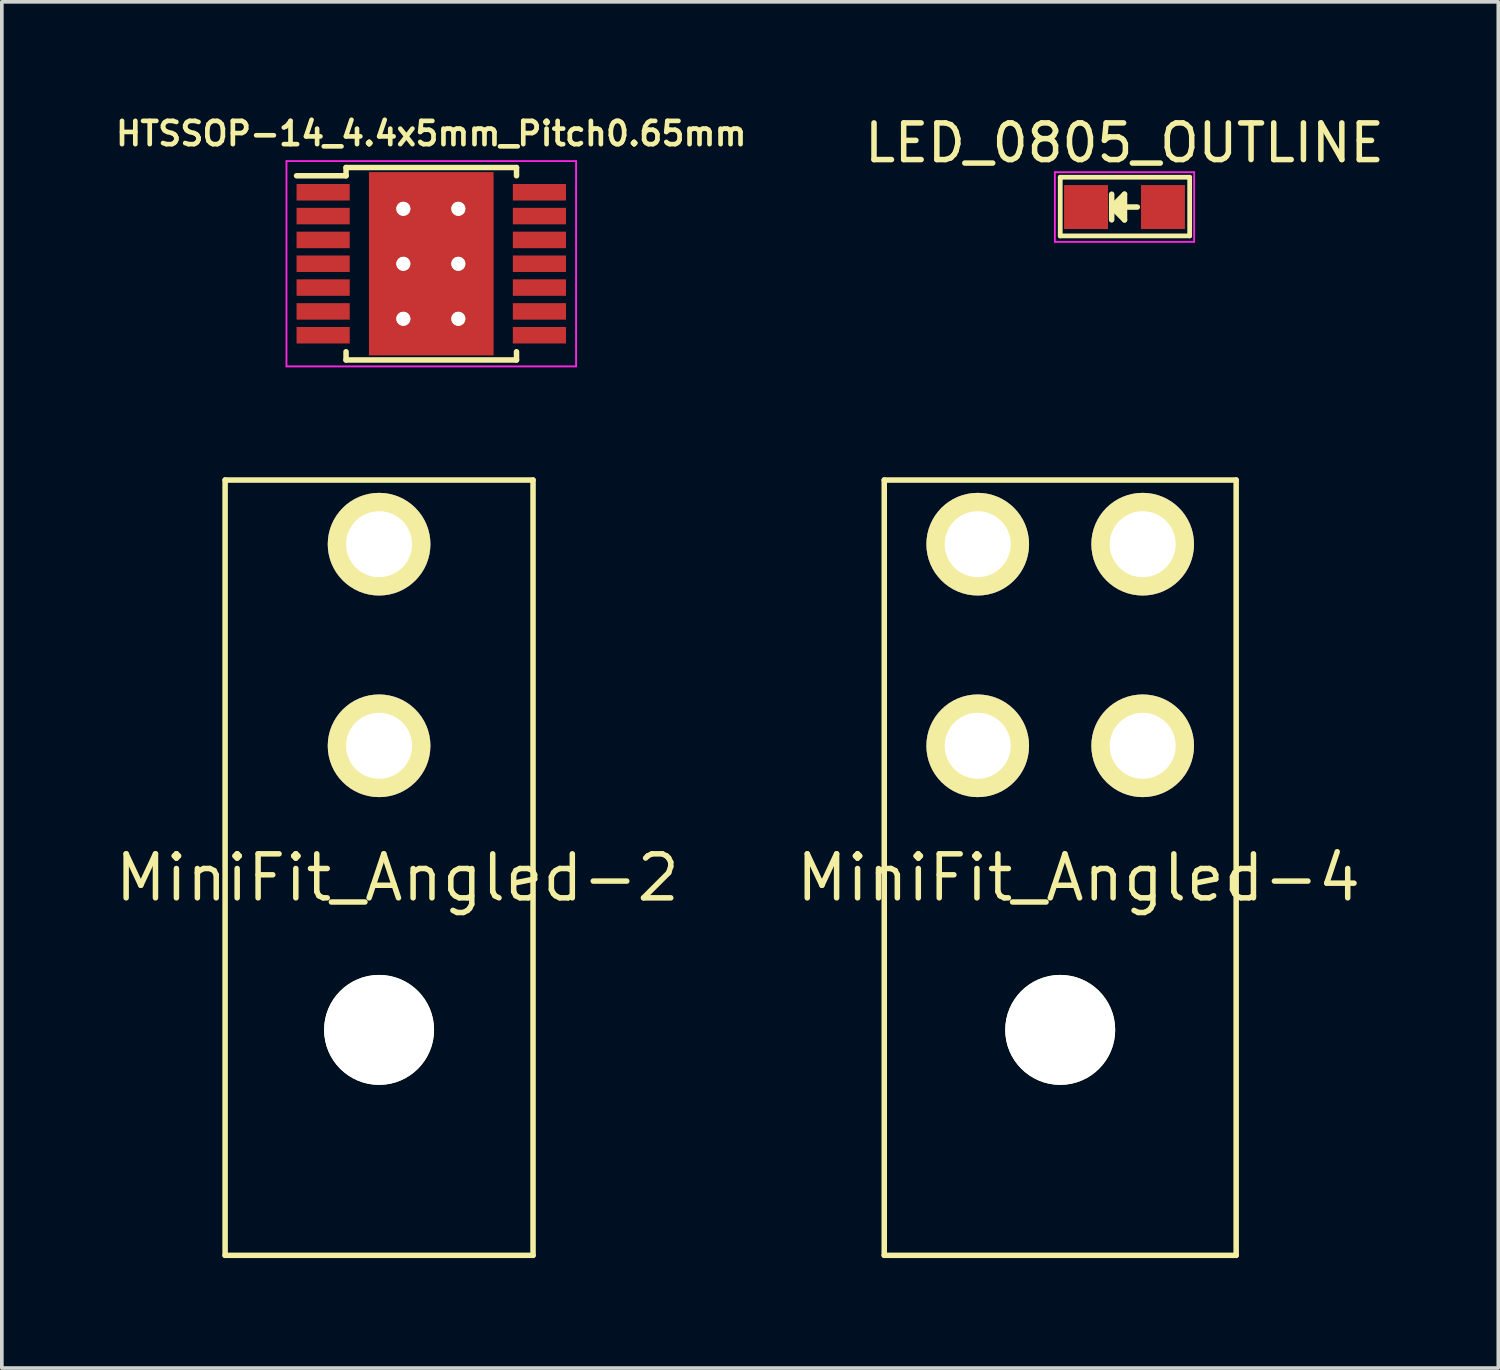
<source format=kicad_pcb>
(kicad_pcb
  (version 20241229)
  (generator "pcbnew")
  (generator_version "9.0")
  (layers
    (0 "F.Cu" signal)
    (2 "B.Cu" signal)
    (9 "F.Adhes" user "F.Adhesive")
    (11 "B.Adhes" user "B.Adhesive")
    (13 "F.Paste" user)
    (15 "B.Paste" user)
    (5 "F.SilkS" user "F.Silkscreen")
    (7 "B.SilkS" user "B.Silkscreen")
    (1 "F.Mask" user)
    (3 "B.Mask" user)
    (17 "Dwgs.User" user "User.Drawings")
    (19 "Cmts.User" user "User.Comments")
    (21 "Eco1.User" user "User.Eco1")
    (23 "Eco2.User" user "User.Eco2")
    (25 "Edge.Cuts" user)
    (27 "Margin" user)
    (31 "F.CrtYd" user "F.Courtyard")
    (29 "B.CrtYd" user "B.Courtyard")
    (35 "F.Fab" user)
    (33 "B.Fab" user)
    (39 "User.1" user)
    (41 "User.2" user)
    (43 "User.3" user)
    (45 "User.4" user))
  (footprint "HTSSOP-14_4.4x5mm_Pitch0.65mm"
    (layer "F.Cu")
    (at 8.715 4.145)
    (property "Reference" "HTSSOP-14_4.4x5mm_Pitch0.65mm" (at 0 -3.55 0) (layer "F.SilkS") (effects (font (size 0.635 0.635) (thickness 0.127))))
    (attr smd)
    (fp_line (start -2.325 -2.625) (end -2.325 -2.4) (stroke (width 0.15) (type solid)) (layer "F.SilkS"))
    (fp_line (start -2.325 -2.625) (end 2.325 -2.625) (stroke (width 0.15) (type solid)) (layer "F.SilkS"))
    (fp_line (start -2.325 -2.4) (end -3.675 -2.4) (stroke (width 0.15) (type solid)) (layer "F.SilkS"))
    (fp_line (start -2.325 2.625) (end -2.325 2.4) (stroke (width 0.15) (type solid)) (layer "F.SilkS"))
    (fp_line (start -2.325 2.625) (end 2.325 2.625) (stroke (width 0.15) (type solid)) (layer "F.SilkS"))
    (fp_line (start 2.325 -2.625) (end 2.325 -2.4) (stroke (width 0.15) (type solid)) (layer "F.SilkS"))
    (fp_line (start 2.325 2.625) (end 2.325 2.4) (stroke (width 0.15) (type solid)) (layer "F.SilkS"))
    (fp_line (start -3.95 -2.8) (end -3.95 2.8) (stroke (width 0.05) (type solid)) (layer "F.CrtYd"))
    (fp_line (start -3.95 -2.8) (end 3.95 -2.8) (stroke (width 0.05) (type solid)) (layer "F.CrtYd"))
    (fp_line (start -3.95 2.8) (end 3.95 2.8) (stroke (width 0.05) (type solid)) (layer "F.CrtYd"))
    (fp_line (start 3.95 -2.8) (end 3.95 2.8) (stroke (width 0.05) (type solid)) (layer "F.CrtYd"))
    (pad "1" smd rect (at -2.95 -1.95) (size 1.45 0.45) (layers "F.Cu" "F.Mask" "F.Paste"))
    (pad "2" smd rect (at -2.95 -1.3) (size 1.45 0.45) (layers "F.Cu" "F.Mask" "F.Paste"))
    (pad "3" smd rect (at -2.95 -0.65) (size 1.45 0.45) (layers "F.Cu" "F.Mask" "F.Paste"))
    (pad "4" smd rect (at -2.95 0) (size 1.45 0.45) (layers "F.Cu" "F.Mask" "F.Paste"))
    (pad "5" smd rect (at -2.95 0.65) (size 1.45 0.45) (layers "F.Cu" "F.Mask" "F.Paste"))
    (pad "6" smd rect (at -2.95 1.3) (size 1.45 0.45) (layers "F.Cu" "F.Mask" "F.Paste"))
    (pad "7" smd rect (at -2.95 1.95) (size 1.45 0.45) (layers "F.Cu" "F.Mask" "F.Paste"))
    (pad "8" smd rect (at 2.95 1.95) (size 1.45 0.45) (layers "F.Cu" "F.Mask" "F.Paste"))
    (pad "9" smd rect (at 2.95 1.3) (size 1.45 0.45) (layers "F.Cu" "F.Mask" "F.Paste"))
    (pad "10" smd rect (at 2.95 0.65) (size 1.45 0.45) (layers "F.Cu" "F.Mask" "F.Paste"))
    (pad "11" smd rect (at 2.95 0) (size 1.45 0.45) (layers "F.Cu" "F.Mask" "F.Paste"))
    (pad "12" smd rect (at 2.95 -0.65) (size 1.45 0.45) (layers "F.Cu" "F.Mask" "F.Paste"))
    (pad "13" smd rect (at 2.95 -1.3) (size 1.45 0.45) (layers "F.Cu" "F.Mask" "F.Paste"))
    (pad "14" smd rect (at 2.95 -1.95) (size 1.45 0.45) (layers "F.Cu" "F.Mask" "F.Paste"))
    (pad "15" thru_hole circle (at -0.762 -1.499) (size 0.381 0.381) (drill 0.381) (layers "*.Cu" "*.Mask" "F.SilkS"))
    (pad "15" thru_hole circle (at -0.762 0.001) (size 0.381 0.381) (drill 0.381) (layers "*.Cu" "*.Mask" "F.SilkS"))
    (pad "15" thru_hole circle (at -0.762 1.501) (size 0.381 0.381) (drill 0.381) (layers "*.Cu" "*.Mask" "F.SilkS"))
    (pad "15" smd rect (at 0 0) (size 3.4 5) (layers "F.Cu" "F.Mask" "F.Paste"))
    (pad "15" thru_hole circle (at 0.738 -1.499) (size 0.381 0.381) (drill 0.381) (layers "*.Cu" "*.Mask" "F.SilkS"))
    (pad "15" thru_hole circle (at 0.738 0.001) (size 0.381 0.381) (drill 0.381) (layers "*.Cu" "*.Mask" "F.SilkS"))
    (pad "15" thru_hole circle (at 0.738 1.501) (size 0.381 0.381) (drill 0.381) (layers "*.Cu" "*.Mask" "F.SilkS")))
  (footprint "LED_0805_OUTLINE"
    (layer "F.Cu")
    (at 27.626 2.598)
    (property "Reference" "LED_0805_OUTLINE" (at 0 -1.75 0) (layer "F.SilkS") (effects (font (size 1 1) (thickness 0.15))))
    (attr smd)
    (fp_line (start -1.753 -0.813) (end 1.778 -0.813) (stroke (width 0.13) (type solid)) (layer "F.SilkS"))
    (fp_line (start -1.753 -0.787) (end -1.753 -0.813) (stroke (width 0.13) (type solid)) (layer "F.SilkS"))
    (fp_line (start -1.753 0.787) (end -1.753 -0.787) (stroke (width 0.13) (type solid)) (layer "F.SilkS"))
    (fp_line (start -0.35 -0.35) (end -0.35 0.35) (stroke (width 0.15) (type solid)) (layer "F.SilkS"))
    (fp_line (start -0.35 0) (end 0 -0.35) (stroke (width 0.15) (type solid)) (layer "F.SilkS"))
    (fp_line (start -0.1 -0.1) (end -0.25 0.05) (stroke (width 0.15) (type solid)) (layer "F.SilkS"))
    (fp_line (start -0.1 0.15) (end -0.1 -0.1) (stroke (width 0.15) (type solid)) (layer "F.SilkS"))
    (fp_line (start 0 -0.35) (end 0 0.35) (stroke (width 0.15) (type solid)) (layer "F.SilkS"))
    (fp_line (start 0 0) (end 0.35 0) (stroke (width 0.15) (type solid)) (layer "F.SilkS"))
    (fp_line (start 0 0.35) (end -0.35 0) (stroke (width 0.15) (type solid)) (layer "F.SilkS"))
    (fp_line (start 1.778 -0.813) (end 1.778 0.787) (stroke (width 0.13) (type solid)) (layer "F.SilkS"))
    (fp_line (start 1.778 0.787) (end -1.753 0.787) (stroke (width 0.13) (type solid)) (layer "F.SilkS"))
    (fp_line (start -1.9 -0.95) (end 1.9 -0.95) (stroke (width 0.05) (type solid)) (layer "F.CrtYd"))
    (fp_line (start -1.9 0.95) (end -1.9 -0.95) (stroke (width 0.05) (type solid)) (layer "F.CrtYd"))
    (fp_line (start 1.9 -0.95) (end 1.9 0.95) (stroke (width 0.05) (type solid)) (layer "F.CrtYd"))
    (fp_line (start 1.9 0.95) (end -1.9 0.95) (stroke (width 0.05) (type solid)) (layer "F.CrtYd"))
    (pad "1" smd rect (at -1.049 0 180) (size 1.199 1.199) (layers "F.Cu" "F.Mask" "F.Paste"))
    (pad "2" smd rect (at 1.049 0 180) (size 1.199 1.199) (layers "F.Cu" "F.Mask" "F.Paste")))
  (footprint "MiniFit_Angled-4"
    (layer "F.Cu")
    (at 25.872 14.545)
    (property "Reference" "MiniFit_Angled-4" (at 0.5 6.35 180) (layer "F.SilkS") (effects (font (size 1.2 1.2) (thickness 0.15))))
    (attr through_hole)
    (fp_line (start -4.8 -4.5) (end -4.8 16.65) (stroke (width 0.15) (type solid)) (layer "F.SilkS"))
    (fp_line (start -4.8 16.65) (end 4.8 16.65) (stroke (width 0.15) (type solid)) (layer "F.SilkS"))
    (fp_line (start 4.8 -4.5) (end -4.8 -4.5) (stroke (width 0.15) (type solid)) (layer "F.SilkS"))
    (fp_line (start 4.8 -4.5) (end 4.8 16.65) (stroke (width 0.15) (type solid)) (layer "F.SilkS"))
    (pad "" np_thru_hole circle (at 0 10.5) (size 3 3) (drill 3) (layers "*.Cu" "*.Mask" "F.SilkS"))
    (pad "1" thru_hole circle (at 2.25 2.75) (size 2.8 2.8) (drill 1.8) (layers "*.Cu" "*.Mask" "F.SilkS"))
    (pad "2" thru_hole circle (at -2.25 2.75) (size 2.8 2.8) (drill 1.8) (layers "*.Cu" "*.Mask" "F.SilkS"))
    (pad "3" thru_hole circle (at 2.25 -2.75) (size 2.8 2.8) (drill 1.8) (layers "*.Cu" "*.Mask" "F.SilkS"))
    (pad "4" thru_hole circle (at -2.25 -2.75) (size 2.8 2.8) (drill 1.8) (layers "*.Cu" "*.Mask" "F.SilkS")))
  (footprint "MiniFit_Angled-2"
    (layer "F.Cu")
    (at 7.291 14.545)
    (property "Reference" "MiniFit_Angled-2" (at 0.5 6.35 180) (layer "F.SilkS") (effects (font (size 1.2 1.2) (thickness 0.15))))
    (attr through_hole)
    (fp_line (start -4.2 -4.5) (end -4.2 16.65) (stroke (width 0.15) (type solid)) (layer "F.SilkS"))
    (fp_line (start -4.2 16.65) (end 4.2 16.65) (stroke (width 0.15) (type solid)) (layer "F.SilkS"))
    (fp_line (start 4.2 -4.5) (end -4.2 -4.5) (stroke (width 0.15) (type solid)) (layer "F.SilkS"))
    (fp_line (start 4.2 -4.5) (end 4.2 16.65) (stroke (width 0.15) (type solid)) (layer "F.SilkS"))
    (pad "" np_thru_hole circle (at 0 10.5) (size 3 3) (drill 3) (layers "*.Cu" "*.Mask" "F.SilkS"))
    (pad "1" thru_hole circle (at 0 2.75) (size 2.8 2.8) (drill 1.8) (layers "*.Cu" "*.Mask" "F.SilkS"))
    (pad "2" thru_hole circle (at 0 -2.75) (size 2.8 2.8) (drill 1.8) (layers "*.Cu" "*.Mask" "F.SilkS")))
  (gr_rect
    (start -3 -3)
    (end 37.823 34.27)
    (stroke (width 0.1) (type default))
    (fill no)
    (layer "Edge.Cuts")))
</source>
